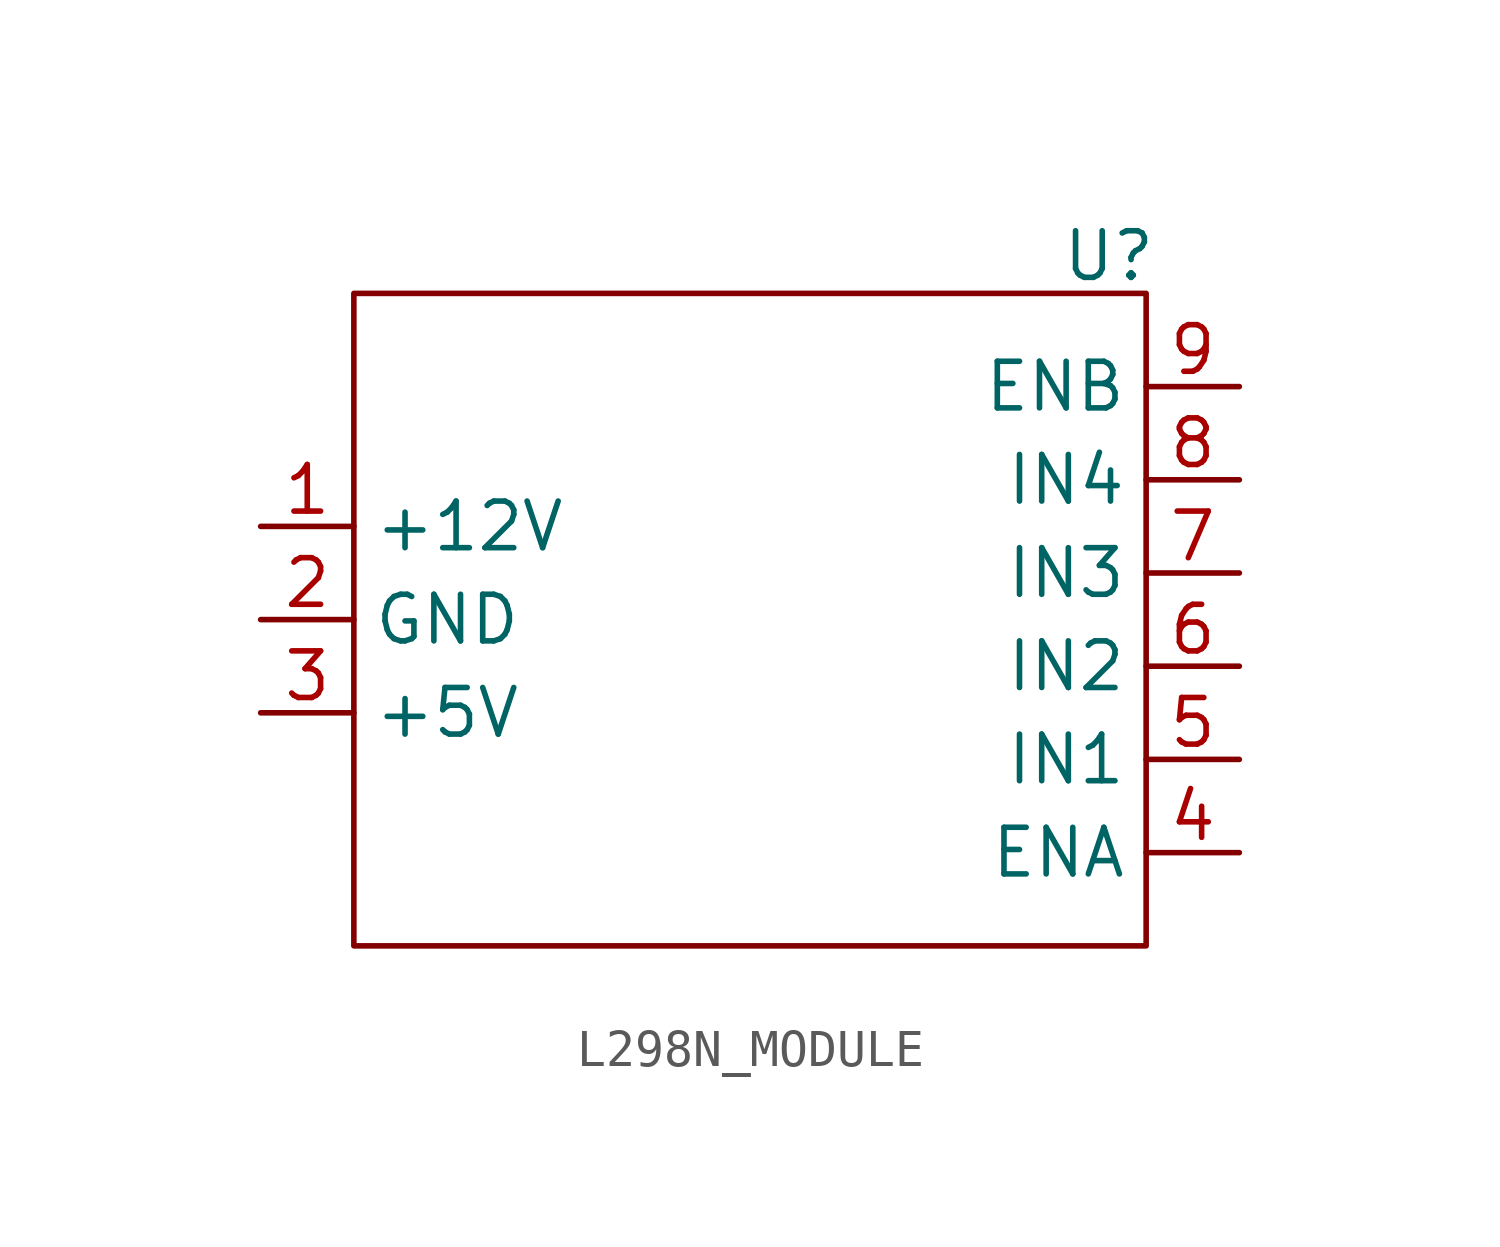
<source format=kicad_sym>
(kicad_symbol_lib
  (version 20231120)
  (generator "kicad_symbol_editor")
  (generator_version "8.0")
  (symbol "L298N_MODULE"
    (property "Reference" "U"
      (at -13.716 -4.064 0)
      (effects (font (size 1.27 1.27))))
    (property "Value" ""
      (at -30.48 -7.62 0)
      (effects (font (size 1.27 1.27))))
    (symbol "L298N_MODULE_0_1"
      (rectangle (start -34.29 -5.08) (end -12.7 -22.86) (stroke (width 0) (type default)) (fill (type none))))
    (symbol "L298N_MODULE_1_1"
      (pin power_in line (at -36.83 -11.43 0) (length 2.54) (name "+12V" (effects (font (size 1.27 1.27)))) (number "1" (effects (font (size 1.27 1.27)))))
      (pin power_in line (at -36.83 -13.97 0) (length 2.54) (name "GND" (effects (font (size 1.27 1.27)))) (number "2" (effects (font (size 1.27 1.27)))))
      (pin power_in line (at -36.83 -16.51 0) (length 2.54) (name "+5V" (effects (font (size 1.27 1.27)))) (number "3" (effects (font (size 1.27 1.27)))))
      (pin input line (at -10.16 -20.32 180) (length 2.54) (name "ENA" (effects (font (size 1.27 1.27)))) (number "4" (effects (font (size 1.27 1.27)))))
      (pin input line (at -10.16 -17.78 180) (length 2.54) (name "IN1" (effects (font (size 1.27 1.27)))) (number "5" (effects (font (size 1.27 1.27)))))
      (pin input line (at -10.16 -15.24 180) (length 2.54) (name "IN2" (effects (font (size 1.27 1.27)))) (number "6" (effects (font (size 1.27 1.27)))))
      (pin input line (at -10.16 -12.7 180) (length 2.54) (name "IN3" (effects (font (size 1.27 1.27)))) (number "7" (effects (font (size 1.27 1.27)))))
      (pin input line (at -10.16 -10.16 180) (length 2.54) (name "IN4" (effects (font (size 1.27 1.27)))) (number "8" (effects (font (size 1.27 1.27)))))
      (pin input line (at -10.16 -7.62 180) (length 2.54) (name "ENB" (effects (font (size 1.27 1.27)))) (number "9" (effects (font (size 1.27 1.27))))))))
</source>
